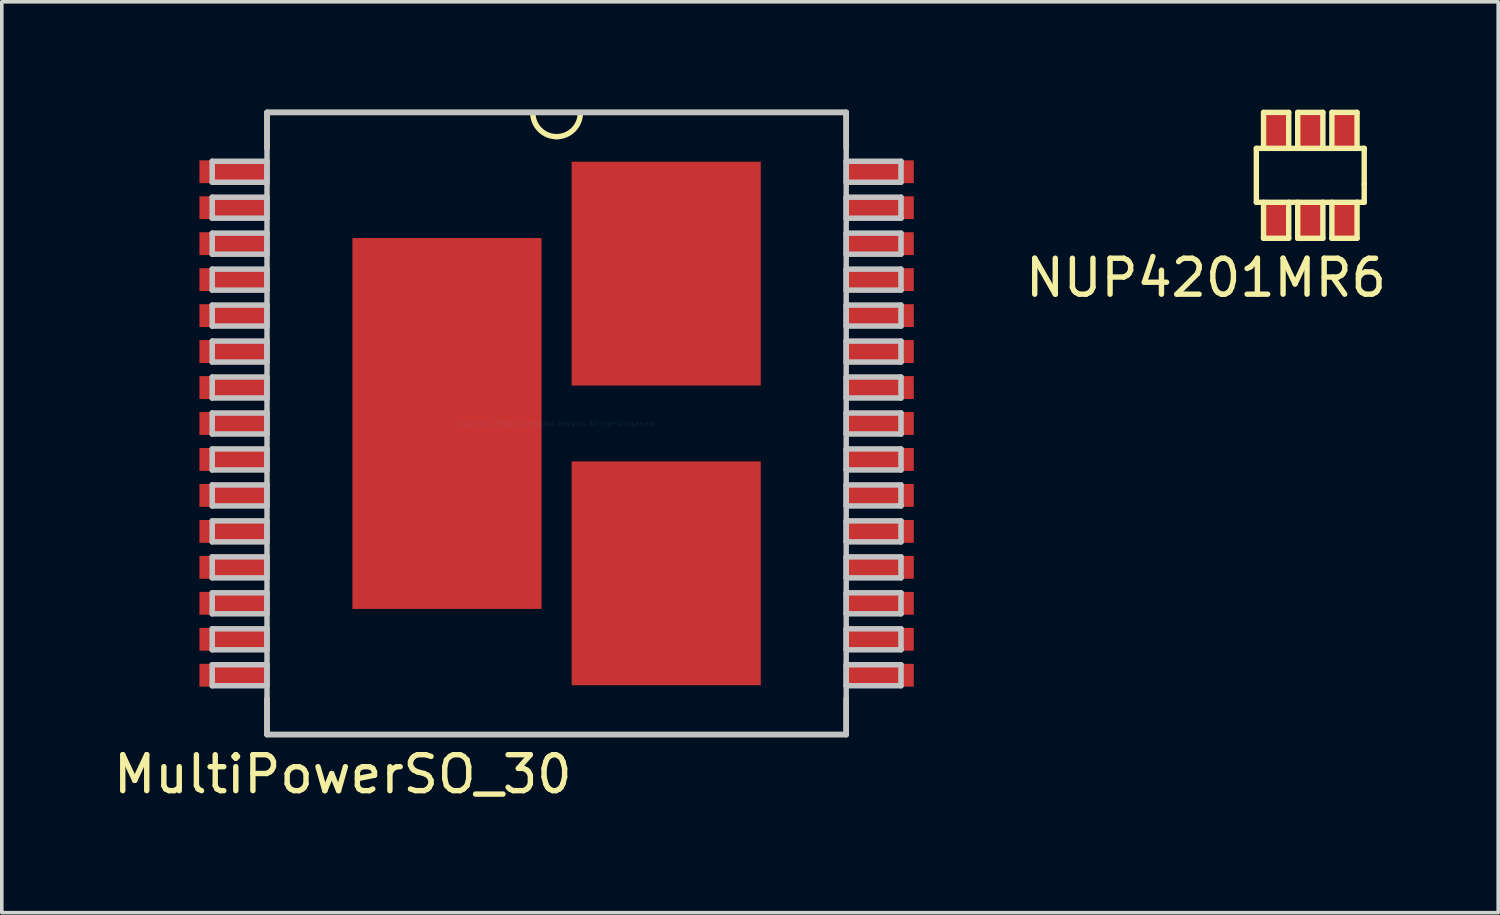
<source format=kicad_pcb>
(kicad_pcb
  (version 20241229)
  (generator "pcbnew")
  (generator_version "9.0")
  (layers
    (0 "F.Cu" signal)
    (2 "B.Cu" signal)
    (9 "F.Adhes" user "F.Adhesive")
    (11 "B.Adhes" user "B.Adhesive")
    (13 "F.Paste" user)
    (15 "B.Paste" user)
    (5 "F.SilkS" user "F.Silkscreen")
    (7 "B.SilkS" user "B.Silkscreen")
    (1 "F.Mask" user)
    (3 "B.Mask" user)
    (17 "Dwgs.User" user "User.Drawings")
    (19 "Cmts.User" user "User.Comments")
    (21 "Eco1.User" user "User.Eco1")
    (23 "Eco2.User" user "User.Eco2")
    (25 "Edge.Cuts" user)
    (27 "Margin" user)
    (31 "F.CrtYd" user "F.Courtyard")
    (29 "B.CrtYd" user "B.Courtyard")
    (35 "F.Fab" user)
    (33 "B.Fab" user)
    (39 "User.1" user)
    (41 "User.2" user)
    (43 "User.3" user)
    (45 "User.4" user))
  (footprint "NUP4201MR6"
    (layer "F.Cu")
    (at 33.382 1.075)
    (property "Reference" "NUP4201MR6" (at -2.9 3.6 0) (layer "F.SilkS") (effects (font (size 1 1) (thickness 0.15))))
    (attr through_hole)
    (fp_line (start -1.5 0) (end 1.5 0) (stroke (width 0.15) (type solid)) (layer "F.SilkS"))
    (fp_line (start -1.5 1.5) (end -1.5 0) (stroke (width 0.15) (type solid)) (layer "F.SilkS"))
    (fp_line (start -1.3 -1) (end -1.3 0) (stroke (width 0.15) (type solid)) (layer "F.SilkS"))
    (fp_line (start -1.3 1.5) (end -1.3 2.5) (stroke (width 0.15) (type solid)) (layer "F.SilkS"))
    (fp_line (start -1.3 2.5) (end -0.6 2.5) (stroke (width 0.15) (type solid)) (layer "F.SilkS"))
    (fp_line (start -0.6 -1) (end -1.3 -1) (stroke (width 0.15) (type solid)) (layer "F.SilkS"))
    (fp_line (start -0.6 0) (end -0.6 -1) (stroke (width 0.15) (type solid)) (layer "F.SilkS"))
    (fp_line (start -0.6 2.5) (end -0.6 1.5) (stroke (width 0.15) (type solid)) (layer "F.SilkS"))
    (fp_line (start -0.35 -1) (end 0.35 -1) (stroke (width 0.15) (type solid)) (layer "F.SilkS"))
    (fp_line (start -0.35 0) (end -0.35 -1) (stroke (width 0.15) (type solid)) (layer "F.SilkS"))
    (fp_line (start -0.35 2.5) (end -0.35 1.5) (stroke (width 0.15) (type solid)) (layer "F.SilkS"))
    (fp_line (start 0.35 -1) (end 0.35 0) (stroke (width 0.15) (type solid)) (layer "F.SilkS"))
    (fp_line (start 0.35 1.5) (end 0.35 2.5) (stroke (width 0.15) (type solid)) (layer "F.SilkS"))
    (fp_line (start 0.35 2.5) (end -0.35 2.5) (stroke (width 0.15) (type solid)) (layer "F.SilkS"))
    (fp_line (start 0.6 -1) (end 1.3 -1) (stroke (width 0.15) (type solid)) (layer "F.SilkS"))
    (fp_line (start 0.6 0) (end 0.6 -1) (stroke (width 0.15) (type solid)) (layer "F.SilkS"))
    (fp_line (start 0.6 2.5) (end 0.6 1.5) (stroke (width 0.15) (type solid)) (layer "F.SilkS"))
    (fp_line (start 1.3 -1) (end 1.3 0) (stroke (width 0.15) (type solid)) (layer "F.SilkS"))
    (fp_line (start 1.3 1.5) (end 1.3 2.5) (stroke (width 0.15) (type solid)) (layer "F.SilkS"))
    (fp_line (start 1.3 2.5) (end 0.6 2.5) (stroke (width 0.15) (type solid)) (layer "F.SilkS"))
    (fp_line (start 1.5 0) (end 1.5 1) (stroke (width 0.15) (type solid)) (layer "F.SilkS"))
    (fp_line (start 1.5 1) (end 1.5 1.5) (stroke (width 0.15) (type solid)) (layer "F.SilkS"))
    (fp_line (start 1.5 1.5) (end -1.5 1.5) (stroke (width 0.15) (type solid)) (layer "F.SilkS"))
    (pad "1" smd rect (at -0.95 2) (size 0.7 1) (layers "F.Cu" "F.Mask" "F.Paste"))
    (pad "2" smd rect (at 0 2) (size 0.7 1) (layers "F.Cu" "F.Mask" "F.Paste"))
    (pad "3" smd rect (at 0.95 2) (size 0.7 1) (layers "F.Cu" "F.Mask" "F.Paste"))
    (pad "4" smd rect (at 0.95 -0.5) (size 0.7 1) (layers "F.Cu" "F.Mask" "F.Paste"))
    (pad "5" smd rect (at 0 -0.5) (size 0.7 1) (layers "F.Cu" "F.Mask" "F.Paste"))
    (pad "6" smd rect (at -0.95 -0.5) (size 0.7 1) (layers "F.Cu" "F.Mask" "F.Paste")))
  (footprint "MultiPowerSO_30"
    (layer "F.Cu")
    (at 3.409 1.74)
    (property "Reference" "MultiPowerSO_30" (at 3.073 16.739 0) (layer "F.SilkS") (effects (font (size 1 1) (thickness 0.15))))
    (attr through_hole)
    (fp_line (start 0.965 -1.664) (end 0.965 -0.664) (stroke (width 0.152) (type solid)) (layer "F.SilkS"))
    (fp_line (start 0.965 14.634) (end 0.965 15.634) (stroke (width 0.152) (type solid)) (layer "F.SilkS"))
    (fp_line (start 0.965 15.634) (end 17.069 15.634) (stroke (width 0.152) (type solid)) (layer "F.SilkS"))
    (fp_line (start 17.069 -1.664) (end 0.965 -1.664) (stroke (width 0.152) (type solid)) (layer "F.SilkS"))
    (fp_line (start 17.069 -0.664) (end 17.069 -1.664) (stroke (width 0.152) (type solid)) (layer "F.SilkS"))
    (fp_line (start 17.069 15.634) (end 17.069 14.634) (stroke (width 0.152) (type solid)) (layer "F.SilkS"))
    (fp_arc (start 9.017 -0.9906) (mid 8.550027 -1.184027) (end 8.3566 -1.651) (stroke (width 0.15) (type solid)) (layer "F.SilkS"))
    (fp_arc (start 9.6774 -1.651) (mid 9.483973 -1.184027) (end 9.017 -0.9906) (stroke (width 0.15) (type solid)) (layer "F.SilkS"))
    (fp_line (start -0.559 -0.307) (end -0.559 0.277) (stroke (width 0.152) (type solid)) (layer "Dwgs.User"))
    (fp_line (start -0.559 0.277) (end 0.965 0.277) (stroke (width 0.152) (type solid)) (layer "Dwgs.User"))
    (fp_line (start -0.559 0.693) (end -0.559 1.277) (stroke (width 0.152) (type solid)) (layer "Dwgs.User"))
    (fp_line (start -0.559 1.277) (end 0.965 1.277) (stroke (width 0.152) (type solid)) (layer "Dwgs.User"))
    (fp_line (start -0.559 1.693) (end -0.559 2.277) (stroke (width 0.152) (type solid)) (layer "Dwgs.User"))
    (fp_line (start -0.559 2.277) (end 0.965 2.277) (stroke (width 0.152) (type solid)) (layer "Dwgs.User"))
    (fp_line (start -0.559 2.693) (end -0.559 3.277) (stroke (width 0.152) (type solid)) (layer "Dwgs.User"))
    (fp_line (start -0.559 3.277) (end 0.965 3.277) (stroke (width 0.152) (type solid)) (layer "Dwgs.User"))
    (fp_line (start -0.559 3.693) (end -0.559 4.277) (stroke (width 0.152) (type solid)) (layer "Dwgs.User"))
    (fp_line (start -0.559 4.277) (end 0.965 4.277) (stroke (width 0.152) (type solid)) (layer "Dwgs.User"))
    (fp_line (start -0.559 4.693) (end -0.559 5.277) (stroke (width 0.152) (type solid)) (layer "Dwgs.User"))
    (fp_line (start -0.559 5.277) (end 0.965 5.277) (stroke (width 0.152) (type solid)) (layer "Dwgs.User"))
    (fp_line (start -0.559 5.693) (end -0.559 6.277) (stroke (width 0.152) (type solid)) (layer "Dwgs.User"))
    (fp_line (start -0.559 6.277) (end 0.965 6.277) (stroke (width 0.152) (type solid)) (layer "Dwgs.User"))
    (fp_line (start -0.559 6.693) (end -0.559 7.277) (stroke (width 0.152) (type solid)) (layer "Dwgs.User"))
    (fp_line (start -0.559 7.277) (end 0.965 7.277) (stroke (width 0.152) (type solid)) (layer "Dwgs.User"))
    (fp_line (start -0.559 7.693) (end -0.559 8.277) (stroke (width 0.152) (type solid)) (layer "Dwgs.User"))
    (fp_line (start -0.559 8.277) (end 0.965 8.277) (stroke (width 0.152) (type solid)) (layer "Dwgs.User"))
    (fp_line (start -0.559 8.693) (end -0.559 9.277) (stroke (width 0.152) (type solid)) (layer "Dwgs.User"))
    (fp_line (start -0.559 9.277) (end 0.965 9.277) (stroke (width 0.152) (type solid)) (layer "Dwgs.User"))
    (fp_line (start -0.559 9.693) (end -0.559 10.277) (stroke (width 0.152) (type solid)) (layer "Dwgs.User"))
    (fp_line (start -0.559 10.277) (end 0.965 10.277) (stroke (width 0.152) (type solid)) (layer "Dwgs.User"))
    (fp_line (start -0.559 10.693) (end -0.559 11.277) (stroke (width 0.152) (type solid)) (layer "Dwgs.User"))
    (fp_line (start -0.559 11.277) (end 0.965 11.277) (stroke (width 0.152) (type solid)) (layer "Dwgs.User"))
    (fp_line (start -0.559 11.693) (end -0.559 12.277) (stroke (width 0.152) (type solid)) (layer "Dwgs.User"))
    (fp_line (start -0.559 12.277) (end 0.965 12.277) (stroke (width 0.152) (type solid)) (layer "Dwgs.User"))
    (fp_line (start -0.559 12.693) (end -0.559 13.277) (stroke (width 0.152) (type solid)) (layer "Dwgs.User"))
    (fp_line (start -0.559 13.277) (end 0.965 13.277) (stroke (width 0.152) (type solid)) (layer "Dwgs.User"))
    (fp_line (start -0.559 13.693) (end -0.559 14.277) (stroke (width 0.152) (type solid)) (layer "Dwgs.User"))
    (fp_line (start -0.559 14.277) (end 0.965 14.277) (stroke (width 0.152) (type solid)) (layer "Dwgs.User"))
    (fp_line (start 0.965 -1.664) (end 0.965 15.634) (stroke (width 0.152) (type solid)) (layer "Dwgs.User"))
    (fp_line (start 0.965 -0.307) (end -0.559 -0.307) (stroke (width 0.152) (type solid)) (layer "Dwgs.User"))
    (fp_line (start 0.965 0.277) (end 0.965 -0.307) (stroke (width 0.152) (type solid)) (layer "Dwgs.User"))
    (fp_line (start 0.965 0.693) (end -0.559 0.693) (stroke (width 0.152) (type solid)) (layer "Dwgs.User"))
    (fp_line (start 0.965 1.277) (end 0.965 0.693) (stroke (width 0.152) (type solid)) (layer "Dwgs.User"))
    (fp_line (start 0.965 1.693) (end -0.559 1.693) (stroke (width 0.152) (type solid)) (layer "Dwgs.User"))
    (fp_line (start 0.965 2.277) (end 0.965 1.693) (stroke (width 0.152) (type solid)) (layer "Dwgs.User"))
    (fp_line (start 0.965 2.693) (end -0.559 2.693) (stroke (width 0.152) (type solid)) (layer "Dwgs.User"))
    (fp_line (start 0.965 3.277) (end 0.965 2.693) (stroke (width 0.152) (type solid)) (layer "Dwgs.User"))
    (fp_line (start 0.965 3.693) (end -0.559 3.693) (stroke (width 0.152) (type solid)) (layer "Dwgs.User"))
    (fp_line (start 0.965 4.277) (end 0.965 3.693) (stroke (width 0.152) (type solid)) (layer "Dwgs.User"))
    (fp_line (start 0.965 4.693) (end -0.559 4.693) (stroke (width 0.152) (type solid)) (layer "Dwgs.User"))
    (fp_line (start 0.965 5.277) (end 0.965 4.693) (stroke (width 0.152) (type solid)) (layer "Dwgs.User"))
    (fp_line (start 0.965 5.693) (end -0.559 5.693) (stroke (width 0.152) (type solid)) (layer "Dwgs.User"))
    (fp_line (start 0.965 6.277) (end 0.965 5.693) (stroke (width 0.152) (type solid)) (layer "Dwgs.User"))
    (fp_line (start 0.965 6.693) (end -0.559 6.693) (stroke (width 0.152) (type solid)) (layer "Dwgs.User"))
    (fp_line (start 0.965 7.277) (end 0.965 6.693) (stroke (width 0.152) (type solid)) (layer "Dwgs.User"))
    (fp_line (start 0.965 7.693) (end -0.559 7.693) (stroke (width 0.152) (type solid)) (layer "Dwgs.User"))
    (fp_line (start 0.965 8.277) (end 0.965 7.693) (stroke (width 0.152) (type solid)) (layer "Dwgs.User"))
    (fp_line (start 0.965 8.693) (end -0.559 8.693) (stroke (width 0.152) (type solid)) (layer "Dwgs.User"))
    (fp_line (start 0.965 9.277) (end 0.965 8.693) (stroke (width 0.152) (type solid)) (layer "Dwgs.User"))
    (fp_line (start 0.965 9.693) (end -0.559 9.693) (stroke (width 0.152) (type solid)) (layer "Dwgs.User"))
    (fp_line (start 0.965 10.277) (end 0.965 9.693) (stroke (width 0.152) (type solid)) (layer "Dwgs.User"))
    (fp_line (start 0.965 10.693) (end -0.559 10.693) (stroke (width 0.152) (type solid)) (layer "Dwgs.User"))
    (fp_line (start 0.965 11.277) (end 0.965 10.693) (stroke (width 0.152) (type solid)) (layer "Dwgs.User"))
    (fp_line (start 0.965 11.693) (end -0.559 11.693) (stroke (width 0.152) (type solid)) (layer "Dwgs.User"))
    (fp_line (start 0.965 12.277) (end 0.965 11.693) (stroke (width 0.152) (type solid)) (layer "Dwgs.User"))
    (fp_line (start 0.965 12.693) (end -0.559 12.693) (stroke (width 0.152) (type solid)) (layer "Dwgs.User"))
    (fp_line (start 0.965 13.277) (end 0.965 12.693) (stroke (width 0.152) (type solid)) (layer "Dwgs.User"))
    (fp_line (start 0.965 13.693) (end -0.559 13.693) (stroke (width 0.152) (type solid)) (layer "Dwgs.User"))
    (fp_line (start 0.965 14.277) (end 0.965 13.693) (stroke (width 0.152) (type solid)) (layer "Dwgs.User"))
    (fp_line (start 0.965 15.634) (end 17.069 15.634) (stroke (width 0.152) (type solid)) (layer "Dwgs.User"))
    (fp_line (start 17.069 -1.664) (end 0.965 -1.664) (stroke (width 0.152) (type solid)) (layer "Dwgs.User"))
    (fp_line (start 17.069 -0.307) (end 17.069 0.277) (stroke (width 0.152) (type solid)) (layer "Dwgs.User"))
    (fp_line (start 17.069 0.277) (end 18.593 0.277) (stroke (width 0.152) (type solid)) (layer "Dwgs.User"))
    (fp_line (start 17.069 0.693) (end 17.069 1.277) (stroke (width 0.152) (type solid)) (layer "Dwgs.User"))
    (fp_line (start 17.069 1.277) (end 18.593 1.277) (stroke (width 0.152) (type solid)) (layer "Dwgs.User"))
    (fp_line (start 17.069 1.693) (end 17.069 2.277) (stroke (width 0.152) (type solid)) (layer "Dwgs.User"))
    (fp_line (start 17.069 2.277) (end 18.593 2.277) (stroke (width 0.152) (type solid)) (layer "Dwgs.User"))
    (fp_line (start 17.069 2.693) (end 17.069 3.277) (stroke (width 0.152) (type solid)) (layer "Dwgs.User"))
    (fp_line (start 17.069 3.277) (end 18.593 3.277) (stroke (width 0.152) (type solid)) (layer "Dwgs.User"))
    (fp_line (start 17.069 3.693) (end 17.069 4.277) (stroke (width 0.152) (type solid)) (layer "Dwgs.User"))
    (fp_line (start 17.069 4.277) (end 18.593 4.277) (stroke (width 0.152) (type solid)) (layer "Dwgs.User"))
    (fp_line (start 17.069 4.693) (end 17.069 5.277) (stroke (width 0.152) (type solid)) (layer "Dwgs.User"))
    (fp_line (start 17.069 5.277) (end 18.593 5.277) (stroke (width 0.152) (type solid)) (layer "Dwgs.User"))
    (fp_line (start 17.069 5.693) (end 17.069 6.277) (stroke (width 0.152) (type solid)) (layer "Dwgs.User"))
    (fp_line (start 17.069 6.277) (end 18.593 6.277) (stroke (width 0.152) (type solid)) (layer "Dwgs.User"))
    (fp_line (start 17.069 6.693) (end 17.069 7.277) (stroke (width 0.152) (type solid)) (layer "Dwgs.User"))
    (fp_line (start 17.069 7.277) (end 18.593 7.277) (stroke (width 0.152) (type solid)) (layer "Dwgs.User"))
    (fp_line (start 17.069 7.693) (end 17.069 8.277) (stroke (width 0.152) (type solid)) (layer "Dwgs.User"))
    (fp_line (start 17.069 8.277) (end 18.593 8.277) (stroke (width 0.152) (type solid)) (layer "Dwgs.User"))
    (fp_line (start 17.069 8.693) (end 17.069 9.277) (stroke (width 0.152) (type solid)) (layer "Dwgs.User"))
    (fp_line (start 17.069 9.277) (end 18.593 9.277) (stroke (width 0.152) (type solid)) (layer "Dwgs.User"))
    (fp_line (start 17.069 9.693) (end 17.069 10.277) (stroke (width 0.152) (type solid)) (layer "Dwgs.User"))
    (fp_line (start 17.069 10.277) (end 18.593 10.277) (stroke (width 0.152) (type solid)) (layer "Dwgs.User"))
    (fp_line (start 17.069 10.693) (end 17.069 11.277) (stroke (width 0.152) (type solid)) (layer "Dwgs.User"))
    (fp_line (start 17.069 11.277) (end 18.593 11.277) (stroke (width 0.152) (type solid)) (layer "Dwgs.User"))
    (fp_line (start 17.069 11.693) (end 17.069 12.277) (stroke (width 0.152) (type solid)) (layer "Dwgs.User"))
    (fp_line (start 17.069 12.277) (end 18.593 12.277) (stroke (width 0.152) (type solid)) (layer "Dwgs.User"))
    (fp_line (start 17.069 12.693) (end 17.069 13.277) (stroke (width 0.152) (type solid)) (layer "Dwgs.User"))
    (fp_line (start 17.069 13.277) (end 18.593 13.277) (stroke (width 0.152) (type solid)) (layer "Dwgs.User"))
    (fp_line (start 17.069 13.693) (end 17.069 14.277) (stroke (width 0.152) (type solid)) (layer "Dwgs.User"))
    (fp_line (start 17.069 14.277) (end 18.593 14.277) (stroke (width 0.152) (type solid)) (layer "Dwgs.User"))
    (fp_line (start 17.069 15.634) (end 17.069 -1.664) (stroke (width 0.152) (type solid)) (layer "Dwgs.User"))
    (fp_line (start 18.593 -0.307) (end 17.069 -0.307) (stroke (width 0.152) (type solid)) (layer "Dwgs.User"))
    (fp_line (start 18.593 0.277) (end 18.593 -0.307) (stroke (width 0.152) (type solid)) (layer "Dwgs.User"))
    (fp_line (start 18.593 0.693) (end 17.069 0.693) (stroke (width 0.152) (type solid)) (layer "Dwgs.User"))
    (fp_line (start 18.593 1.277) (end 18.593 0.693) (stroke (width 0.152) (type solid)) (layer "Dwgs.User"))
    (fp_line (start 18.593 1.693) (end 17.069 1.693) (stroke (width 0.152) (type solid)) (layer "Dwgs.User"))
    (fp_line (start 18.593 2.277) (end 18.593 1.693) (stroke (width 0.152) (type solid)) (layer "Dwgs.User"))
    (fp_line (start 18.593 2.693) (end 17.069 2.693) (stroke (width 0.152) (type solid)) (layer "Dwgs.User"))
    (fp_line (start 18.593 3.277) (end 18.593 2.693) (stroke (width 0.152) (type solid)) (layer "Dwgs.User"))
    (fp_line (start 18.593 3.693) (end 17.069 3.693) (stroke (width 0.152) (type solid)) (layer "Dwgs.User"))
    (fp_line (start 18.593 4.277) (end 18.593 3.693) (stroke (width 0.152) (type solid)) (layer "Dwgs.User"))
    (fp_line (start 18.593 4.693) (end 17.069 4.693) (stroke (width 0.152) (type solid)) (layer "Dwgs.User"))
    (fp_line (start 18.593 5.277) (end 18.593 4.693) (stroke (width 0.152) (type solid)) (layer "Dwgs.User"))
    (fp_line (start 18.593 5.693) (end 17.069 5.693) (stroke (width 0.152) (type solid)) (layer "Dwgs.User"))
    (fp_line (start 18.593 6.277) (end 18.593 5.693) (stroke (width 0.152) (type solid)) (layer "Dwgs.User"))
    (fp_line (start 18.593 6.693) (end 17.069 6.693) (stroke (width 0.152) (type solid)) (layer "Dwgs.User"))
    (fp_line (start 18.593 7.277) (end 18.593 6.693) (stroke (width 0.152) (type solid)) (layer "Dwgs.User"))
    (fp_line (start 18.593 7.693) (end 17.069 7.693) (stroke (width 0.152) (type solid)) (layer "Dwgs.User"))
    (fp_line (start 18.593 8.277) (end 18.593 7.693) (stroke (width 0.152) (type solid)) (layer "Dwgs.User"))
    (fp_line (start 18.593 8.693) (end 17.069 8.693) (stroke (width 0.152) (type solid)) (layer "Dwgs.User"))
    (fp_line (start 18.593 9.277) (end 18.593 8.693) (stroke (width 0.152) (type solid)) (layer "Dwgs.User"))
    (fp_line (start 18.593 9.693) (end 17.069 9.693) (stroke (width 0.152) (type solid)) (layer "Dwgs.User"))
    (fp_line (start 18.593 10.277) (end 18.593 9.693) (stroke (width 0.152) (type solid)) (layer "Dwgs.User"))
    (fp_line (start 18.593 10.693) (end 17.069 10.693) (stroke (width 0.152) (type solid)) (layer "Dwgs.User"))
    (fp_line (start 18.593 11.277) (end 18.593 10.693) (stroke (width 0.152) (type solid)) (layer "Dwgs.User"))
    (fp_line (start 18.593 11.693) (end 17.069 11.693) (stroke (width 0.152) (type solid)) (layer "Dwgs.User"))
    (fp_line (start 18.593 12.277) (end 18.593 11.693) (stroke (width 0.152) (type solid)) (layer "Dwgs.User"))
    (fp_line (start 18.593 12.693) (end 17.069 12.693) (stroke (width 0.152) (type solid)) (layer "Dwgs.User"))
    (fp_line (start 18.593 13.277) (end 18.593 12.693) (stroke (width 0.152) (type solid)) (layer "Dwgs.User"))
    (fp_line (start 18.593 13.693) (end 17.069 13.693) (stroke (width 0.152) (type solid)) (layer "Dwgs.User"))
    (fp_line (start 18.593 14.277) (end 18.593 13.693) (stroke (width 0.152) (type solid)) (layer "Dwgs.User"))
    (fp_text user "Copyright 2016 Accelerated Designs. All rights reserved." (at 9.017 6.985 0) (layer "Cmts.User") (effects (font (size 0.127 0.127) (thickness 0.002))))
    (pad "1" smd rect (at 0.013 -0.015) (size 1.854 0.635) (layers "F.Cu" "F.Mask" "F.Paste"))
    (pad "2" smd rect (at 0.013 0.985) (size 1.854 0.635) (layers "F.Cu" "F.Mask" "F.Paste"))
    (pad "3" smd rect (at 0.013 1.985) (size 1.854 0.635) (layers "F.Cu" "F.Mask" "F.Paste"))
    (pad "4" smd rect (at 0.013 2.985) (size 1.854 0.635) (layers "F.Cu" "F.Mask" "F.Paste"))
    (pad "5" smd rect (at 0.013 3.985) (size 1.854 0.635) (layers "F.Cu" "F.Mask" "F.Paste"))
    (pad "6" smd rect (at 0.013 4.985) (size 1.854 0.635) (layers "F.Cu" "F.Mask" "F.Paste"))
    (pad "7" smd rect (at 0.013 5.985) (size 1.854 0.635) (layers "F.Cu" "F.Mask" "F.Paste"))
    (pad "8" smd rect (at 0.013 6.985) (size 1.854 0.635) (layers "F.Cu" "F.Mask" "F.Paste"))
    (pad "9" smd rect (at 0.013 7.985) (size 1.854 0.635) (layers "F.Cu" "F.Mask" "F.Paste"))
    (pad "10" smd rect (at 0.013 8.985) (size 1.854 0.635) (layers "F.Cu" "F.Mask" "F.Paste"))
    (pad "11" smd rect (at 0.013 9.985) (size 1.854 0.635) (layers "F.Cu" "F.Mask" "F.Paste"))
    (pad "12" smd rect (at 0.013 10.985) (size 1.854 0.635) (layers "F.Cu" "F.Mask" "F.Paste"))
    (pad "13" smd rect (at 0.013 11.985) (size 1.854 0.635) (layers "F.Cu" "F.Mask" "F.Paste"))
    (pad "14" smd rect (at 0.013 12.985) (size 1.854 0.635) (layers "F.Cu" "F.Mask" "F.Paste"))
    (pad "15" smd rect (at 0.013 13.985) (size 1.854 0.635) (layers "F.Cu" "F.Mask" "F.Paste"))
    (pad "16" smd rect (at 18.021 13.985) (size 1.854 0.635) (layers "F.Cu" "F.Mask" "F.Paste"))
    (pad "17" smd rect (at 18.021 12.985) (size 1.854 0.635) (layers "F.Cu" "F.Mask" "F.Paste"))
    (pad "18" smd rect (at 18.021 11.985) (size 1.854 0.635) (layers "F.Cu" "F.Mask" "F.Paste"))
    (pad "19" smd rect (at 18.021 10.985) (size 1.854 0.635) (layers "F.Cu" "F.Mask" "F.Paste"))
    (pad "20" smd rect (at 18.021 9.985) (size 1.854 0.635) (layers "F.Cu" "F.Mask" "F.Paste"))
    (pad "21" smd rect (at 18.021 8.985) (size 1.854 0.635) (layers "F.Cu" "F.Mask" "F.Paste"))
    (pad "22" smd rect (at 18.021 7.985) (size 1.854 0.635) (layers "F.Cu" "F.Mask" "F.Paste"))
    (pad "23" smd rect (at 18.021 6.985) (size 1.854 0.635) (layers "F.Cu" "F.Mask" "F.Paste"))
    (pad "24" smd rect (at 18.021 5.985) (size 1.854 0.635) (layers "F.Cu" "F.Mask" "F.Paste"))
    (pad "25" smd rect (at 18.021 4.985) (size 1.854 0.635) (layers "F.Cu" "F.Mask" "F.Paste"))
    (pad "26" smd rect (at 18.021 3.985) (size 1.854 0.635) (layers "F.Cu" "F.Mask" "F.Paste"))
    (pad "27" smd rect (at 18.021 2.985) (size 1.854 0.635) (layers "F.Cu" "F.Mask" "F.Paste"))
    (pad "28" smd rect (at 18.021 1.985) (size 1.854 0.635) (layers "F.Cu" "F.Mask" "F.Paste"))
    (pad "29" smd rect (at 18.021 0.985) (size 1.854 0.635) (layers "F.Cu" "F.Mask" "F.Paste"))
    (pad "30" smd rect (at 18.021 -0.015) (size 1.854 0.635) (layers "F.Cu" "F.Mask" "F.Paste"))
    (pad "31" smd rect (at 12.065 2.819) (size 5.258 6.223) (layers "F.Cu" "F.Mask" "F.Paste"))
    (pad "32" smd rect (at 5.969 6.985) (size 5.258 10.312) (layers "F.Cu" "F.Mask" "F.Paste"))
    (pad "33" smd rect (at 12.065 11.151) (size 5.258 6.223) (layers "F.Cu" "F.Mask" "F.Paste")))
  (gr_rect
    (start -3 -3)
    (end 38.607 22.327)
    (stroke (width 0.1) (type default))
    (fill no)
    (layer "Edge.Cuts")))
</source>
